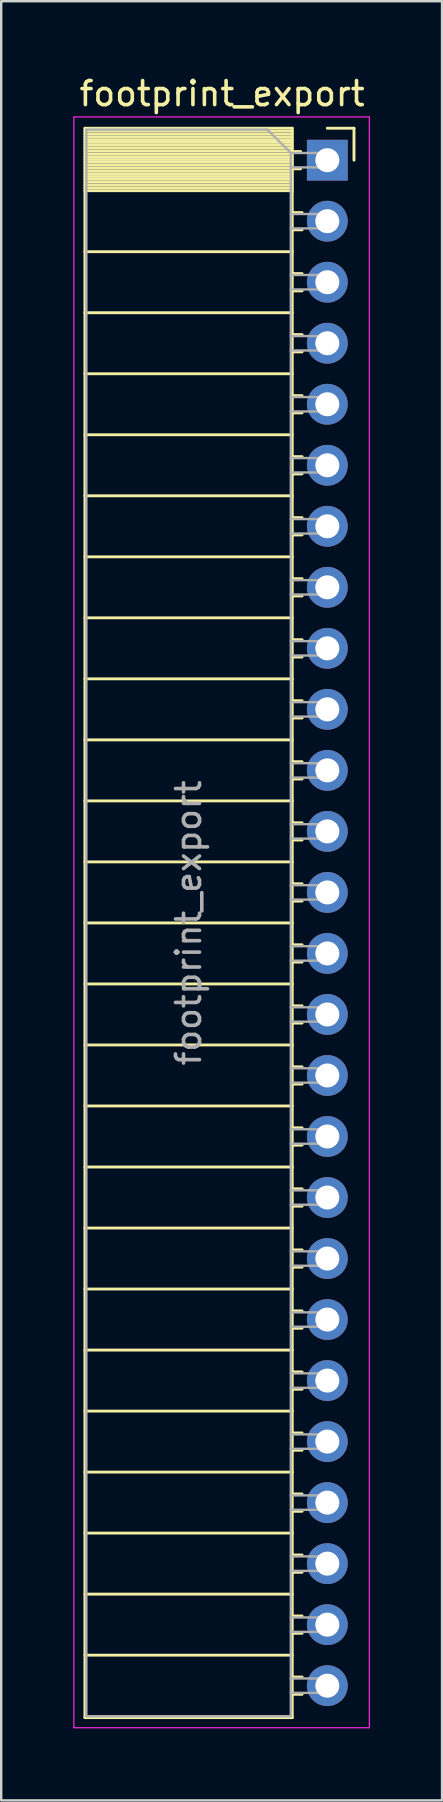
<source format=kicad_pcb>
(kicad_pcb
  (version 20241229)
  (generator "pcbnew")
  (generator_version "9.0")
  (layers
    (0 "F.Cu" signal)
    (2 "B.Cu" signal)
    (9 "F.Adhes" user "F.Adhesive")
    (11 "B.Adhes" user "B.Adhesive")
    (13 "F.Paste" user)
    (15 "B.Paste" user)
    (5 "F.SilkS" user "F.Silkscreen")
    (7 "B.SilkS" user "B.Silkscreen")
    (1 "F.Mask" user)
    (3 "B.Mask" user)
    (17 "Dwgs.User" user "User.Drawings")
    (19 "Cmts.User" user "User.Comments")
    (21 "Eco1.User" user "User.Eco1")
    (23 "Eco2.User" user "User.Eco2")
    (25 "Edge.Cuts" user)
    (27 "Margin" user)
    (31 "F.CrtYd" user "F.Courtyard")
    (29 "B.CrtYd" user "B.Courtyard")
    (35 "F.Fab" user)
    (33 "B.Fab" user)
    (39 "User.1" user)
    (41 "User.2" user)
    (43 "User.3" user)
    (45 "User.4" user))
  (footprint "footprint_export"
    (layer "F.Cu")
    (at 10.575 3.618)
    (property "Reference" "footprint_export" (at -4.38 -2.77 0) (layer "F.SilkS") (effects (font (size 1 1) (thickness 0.15))))
    (attr through_hole)
    (fp_line (start -10.09 -1.33) (end -10.09 64.83) (stroke (width 0.12) (type solid)) (layer "F.SilkS"))
    (fp_line (start -10.09 -1.33) (end -1.46 -1.33) (stroke (width 0.12) (type solid)) (layer "F.SilkS"))
    (fp_line (start -10.09 -1.21) (end -1.46 -1.21) (stroke (width 0.12) (type solid)) (layer "F.SilkS"))
    (fp_line (start -10.09 -1.092) (end -1.46 -1.092) (stroke (width 0.12) (type solid)) (layer "F.SilkS"))
    (fp_line (start -10.09 -0.974) (end -1.46 -0.974) (stroke (width 0.12) (type solid)) (layer "F.SilkS"))
    (fp_line (start -10.09 -0.856) (end -1.46 -0.856) (stroke (width 0.12) (type solid)) (layer "F.SilkS"))
    (fp_line (start -10.09 -0.738) (end -1.46 -0.738) (stroke (width 0.12) (type solid)) (layer "F.SilkS"))
    (fp_line (start -10.09 -0.62) (end -1.46 -0.62) (stroke (width 0.12) (type solid)) (layer "F.SilkS"))
    (fp_line (start -10.09 -0.501) (end -1.46 -0.501) (stroke (width 0.12) (type solid)) (layer "F.SilkS"))
    (fp_line (start -10.09 -0.383) (end -1.46 -0.383) (stroke (width 0.12) (type solid)) (layer "F.SilkS"))
    (fp_line (start -10.09 -0.265) (end -1.46 -0.265) (stroke (width 0.12) (type solid)) (layer "F.SilkS"))
    (fp_line (start -10.09 -0.147) (end -1.46 -0.147) (stroke (width 0.12) (type solid)) (layer "F.SilkS"))
    (fp_line (start -10.09 -0.029) (end -1.46 -0.029) (stroke (width 0.12) (type solid)) (layer "F.SilkS"))
    (fp_line (start -10.09 0.089) (end -1.46 0.089) (stroke (width 0.12) (type solid)) (layer "F.SilkS"))
    (fp_line (start -10.09 0.207) (end -1.46 0.207) (stroke (width 0.12) (type solid)) (layer "F.SilkS"))
    (fp_line (start -10.09 0.325) (end -1.46 0.325) (stroke (width 0.12) (type solid)) (layer "F.SilkS"))
    (fp_line (start -10.09 0.443) (end -1.46 0.443) (stroke (width 0.12) (type solid)) (layer "F.SilkS"))
    (fp_line (start -10.09 0.561) (end -1.46 0.561) (stroke (width 0.12) (type solid)) (layer "F.SilkS"))
    (fp_line (start -10.09 0.68) (end -1.46 0.68) (stroke (width 0.12) (type solid)) (layer "F.SilkS"))
    (fp_line (start -10.09 0.798) (end -1.46 0.798) (stroke (width 0.12) (type solid)) (layer "F.SilkS"))
    (fp_line (start -10.09 0.916) (end -1.46 0.916) (stroke (width 0.12) (type solid)) (layer "F.SilkS"))
    (fp_line (start -10.09 1.034) (end -1.46 1.034) (stroke (width 0.12) (type solid)) (layer "F.SilkS"))
    (fp_line (start -10.09 1.152) (end -1.46 1.152) (stroke (width 0.12) (type solid)) (layer "F.SilkS"))
    (fp_line (start -10.09 1.27) (end -1.46 1.27) (stroke (width 0.12) (type solid)) (layer "F.SilkS"))
    (fp_line (start -10.09 3.81) (end -1.46 3.81) (stroke (width 0.12) (type solid)) (layer "F.SilkS"))
    (fp_line (start -10.09 6.35) (end -1.46 6.35) (stroke (width 0.12) (type solid)) (layer "F.SilkS"))
    (fp_line (start -10.09 8.89) (end -1.46 8.89) (stroke (width 0.12) (type solid)) (layer "F.SilkS"))
    (fp_line (start -10.09 11.43) (end -1.46 11.43) (stroke (width 0.12) (type solid)) (layer "F.SilkS"))
    (fp_line (start -10.09 13.97) (end -1.46 13.97) (stroke (width 0.12) (type solid)) (layer "F.SilkS"))
    (fp_line (start -10.09 16.51) (end -1.46 16.51) (stroke (width 0.12) (type solid)) (layer "F.SilkS"))
    (fp_line (start -10.09 19.05) (end -1.46 19.05) (stroke (width 0.12) (type solid)) (layer "F.SilkS"))
    (fp_line (start -10.09 21.59) (end -1.46 21.59) (stroke (width 0.12) (type solid)) (layer "F.SilkS"))
    (fp_line (start -10.09 24.13) (end -1.46 24.13) (stroke (width 0.12) (type solid)) (layer "F.SilkS"))
    (fp_line (start -10.09 26.67) (end -1.46 26.67) (stroke (width 0.12) (type solid)) (layer "F.SilkS"))
    (fp_line (start -10.09 29.21) (end -1.46 29.21) (stroke (width 0.12) (type solid)) (layer "F.SilkS"))
    (fp_line (start -10.09 31.75) (end -1.46 31.75) (stroke (width 0.12) (type solid)) (layer "F.SilkS"))
    (fp_line (start -10.09 34.29) (end -1.46 34.29) (stroke (width 0.12) (type solid)) (layer "F.SilkS"))
    (fp_line (start -10.09 36.83) (end -1.46 36.83) (stroke (width 0.12) (type solid)) (layer "F.SilkS"))
    (fp_line (start -10.09 39.37) (end -1.46 39.37) (stroke (width 0.12) (type solid)) (layer "F.SilkS"))
    (fp_line (start -10.09 41.91) (end -1.46 41.91) (stroke (width 0.12) (type solid)) (layer "F.SilkS"))
    (fp_line (start -10.09 44.45) (end -1.46 44.45) (stroke (width 0.12) (type solid)) (layer "F.SilkS"))
    (fp_line (start -10.09 46.99) (end -1.46 46.99) (stroke (width 0.12) (type solid)) (layer "F.SilkS"))
    (fp_line (start -10.09 49.53) (end -1.46 49.53) (stroke (width 0.12) (type solid)) (layer "F.SilkS"))
    (fp_line (start -10.09 52.07) (end -1.46 52.07) (stroke (width 0.12) (type solid)) (layer "F.SilkS"))
    (fp_line (start -10.09 54.61) (end -1.46 54.61) (stroke (width 0.12) (type solid)) (layer "F.SilkS"))
    (fp_line (start -10.09 57.15) (end -1.46 57.15) (stroke (width 0.12) (type solid)) (layer "F.SilkS"))
    (fp_line (start -10.09 59.69) (end -1.46 59.69) (stroke (width 0.12) (type solid)) (layer "F.SilkS"))
    (fp_line (start -10.09 62.23) (end -1.46 62.23) (stroke (width 0.12) (type solid)) (layer "F.SilkS"))
    (fp_line (start -10.09 64.83) (end -1.46 64.83) (stroke (width 0.12) (type solid)) (layer "F.SilkS"))
    (fp_line (start -1.46 -1.33) (end -1.46 64.83) (stroke (width 0.12) (type solid)) (layer "F.SilkS"))
    (fp_line (start -1.46 -0.36) (end -1.11 -0.36) (stroke (width 0.12) (type solid)) (layer "F.SilkS"))
    (fp_line (start -1.46 0.36) (end -1.11 0.36) (stroke (width 0.12) (type solid)) (layer "F.SilkS"))
    (fp_line (start -1.46 2.18) (end -1.05 2.18) (stroke (width 0.12) (type solid)) (layer "F.SilkS"))
    (fp_line (start -1.46 2.9) (end -1.05 2.9) (stroke (width 0.12) (type solid)) (layer "F.SilkS"))
    (fp_line (start -1.46 4.72) (end -1.05 4.72) (stroke (width 0.12) (type solid)) (layer "F.SilkS"))
    (fp_line (start -1.46 5.44) (end -1.05 5.44) (stroke (width 0.12) (type solid)) (layer "F.SilkS"))
    (fp_line (start -1.46 7.26) (end -1.05 7.26) (stroke (width 0.12) (type solid)) (layer "F.SilkS"))
    (fp_line (start -1.46 7.98) (end -1.05 7.98) (stroke (width 0.12) (type solid)) (layer "F.SilkS"))
    (fp_line (start -1.46 9.8) (end -1.05 9.8) (stroke (width 0.12) (type solid)) (layer "F.SilkS"))
    (fp_line (start -1.46 10.52) (end -1.05 10.52) (stroke (width 0.12) (type solid)) (layer "F.SilkS"))
    (fp_line (start -1.46 12.34) (end -1.05 12.34) (stroke (width 0.12) (type solid)) (layer "F.SilkS"))
    (fp_line (start -1.46 13.06) (end -1.05 13.06) (stroke (width 0.12) (type solid)) (layer "F.SilkS"))
    (fp_line (start -1.46 14.88) (end -1.05 14.88) (stroke (width 0.12) (type solid)) (layer "F.SilkS"))
    (fp_line (start -1.46 15.6) (end -1.05 15.6) (stroke (width 0.12) (type solid)) (layer "F.SilkS"))
    (fp_line (start -1.46 17.42) (end -1.05 17.42) (stroke (width 0.12) (type solid)) (layer "F.SilkS"))
    (fp_line (start -1.46 18.14) (end -1.05 18.14) (stroke (width 0.12) (type solid)) (layer "F.SilkS"))
    (fp_line (start -1.46 19.96) (end -1.05 19.96) (stroke (width 0.12) (type solid)) (layer "F.SilkS"))
    (fp_line (start -1.46 20.68) (end -1.05 20.68) (stroke (width 0.12) (type solid)) (layer "F.SilkS"))
    (fp_line (start -1.46 22.5) (end -1.05 22.5) (stroke (width 0.12) (type solid)) (layer "F.SilkS"))
    (fp_line (start -1.46 23.22) (end -1.05 23.22) (stroke (width 0.12) (type solid)) (layer "F.SilkS"))
    (fp_line (start -1.46 25.04) (end -1.05 25.04) (stroke (width 0.12) (type solid)) (layer "F.SilkS"))
    (fp_line (start -1.46 25.76) (end -1.05 25.76) (stroke (width 0.12) (type solid)) (layer "F.SilkS"))
    (fp_line (start -1.46 27.58) (end -1.05 27.58) (stroke (width 0.12) (type solid)) (layer "F.SilkS"))
    (fp_line (start -1.46 28.3) (end -1.05 28.3) (stroke (width 0.12) (type solid)) (layer "F.SilkS"))
    (fp_line (start -1.46 30.12) (end -1.05 30.12) (stroke (width 0.12) (type solid)) (layer "F.SilkS"))
    (fp_line (start -1.46 30.84) (end -1.05 30.84) (stroke (width 0.12) (type solid)) (layer "F.SilkS"))
    (fp_line (start -1.46 32.66) (end -1.05 32.66) (stroke (width 0.12) (type solid)) (layer "F.SilkS"))
    (fp_line (start -1.46 33.38) (end -1.05 33.38) (stroke (width 0.12) (type solid)) (layer "F.SilkS"))
    (fp_line (start -1.46 35.2) (end -1.05 35.2) (stroke (width 0.12) (type solid)) (layer "F.SilkS"))
    (fp_line (start -1.46 35.92) (end -1.05 35.92) (stroke (width 0.12) (type solid)) (layer "F.SilkS"))
    (fp_line (start -1.46 37.74) (end -1.05 37.74) (stroke (width 0.12) (type solid)) (layer "F.SilkS"))
    (fp_line (start -1.46 38.46) (end -1.05 38.46) (stroke (width 0.12) (type solid)) (layer "F.SilkS"))
    (fp_line (start -1.46 40.28) (end -1.05 40.28) (stroke (width 0.12) (type solid)) (layer "F.SilkS"))
    (fp_line (start -1.46 41) (end -1.05 41) (stroke (width 0.12) (type solid)) (layer "F.SilkS"))
    (fp_line (start -1.46 42.82) (end -1.05 42.82) (stroke (width 0.12) (type solid)) (layer "F.SilkS"))
    (fp_line (start -1.46 43.54) (end -1.05 43.54) (stroke (width 0.12) (type solid)) (layer "F.SilkS"))
    (fp_line (start -1.46 45.36) (end -1.05 45.36) (stroke (width 0.12) (type solid)) (layer "F.SilkS"))
    (fp_line (start -1.46 46.08) (end -1.05 46.08) (stroke (width 0.12) (type solid)) (layer "F.SilkS"))
    (fp_line (start -1.46 47.9) (end -1.05 47.9) (stroke (width 0.12) (type solid)) (layer "F.SilkS"))
    (fp_line (start -1.46 48.62) (end -1.05 48.62) (stroke (width 0.12) (type solid)) (layer "F.SilkS"))
    (fp_line (start -1.46 50.44) (end -1.05 50.44) (stroke (width 0.12) (type solid)) (layer "F.SilkS"))
    (fp_line (start -1.46 51.16) (end -1.05 51.16) (stroke (width 0.12) (type solid)) (layer "F.SilkS"))
    (fp_line (start -1.46 52.98) (end -1.05 52.98) (stroke (width 0.12) (type solid)) (layer "F.SilkS"))
    (fp_line (start -1.46 53.7) (end -1.05 53.7) (stroke (width 0.12) (type solid)) (layer "F.SilkS"))
    (fp_line (start -1.46 55.52) (end -1.05 55.52) (stroke (width 0.12) (type solid)) (layer "F.SilkS"))
    (fp_line (start -1.46 56.24) (end -1.05 56.24) (stroke (width 0.12) (type solid)) (layer "F.SilkS"))
    (fp_line (start -1.46 58.06) (end -1.05 58.06) (stroke (width 0.12) (type solid)) (layer "F.SilkS"))
    (fp_line (start -1.46 58.78) (end -1.05 58.78) (stroke (width 0.12) (type solid)) (layer "F.SilkS"))
    (fp_line (start -1.46 60.6) (end -1.05 60.6) (stroke (width 0.12) (type solid)) (layer "F.SilkS"))
    (fp_line (start -1.46 61.32) (end -1.05 61.32) (stroke (width 0.12) (type solid)) (layer "F.SilkS"))
    (fp_line (start -1.46 63.14) (end -1.05 63.14) (stroke (width 0.12) (type solid)) (layer "F.SilkS"))
    (fp_line (start -1.46 63.86) (end -1.05 63.86) (stroke (width 0.12) (type solid)) (layer "F.SilkS"))
    (fp_line (start 0 -1.33) (end 1.11 -1.33) (stroke (width 0.12) (type solid)) (layer "F.SilkS"))
    (fp_line (start 1.11 -1.33) (end 1.11 0) (stroke (width 0.12) (type solid)) (layer "F.SilkS"))
    (fp_line (start -10.55 -1.8) (end -10.55 65.25) (stroke (width 0.05) (type solid)) (layer "F.CrtYd"))
    (fp_line (start -10.55 65.25) (end 1.75 65.25) (stroke (width 0.05) (type solid)) (layer "F.CrtYd"))
    (fp_line (start 1.75 -1.8) (end -10.55 -1.8) (stroke (width 0.05) (type solid)) (layer "F.CrtYd"))
    (fp_line (start 1.75 65.25) (end 1.75 -1.8) (stroke (width 0.05) (type solid)) (layer "F.CrtYd"))
    (fp_line (start -10.03 -1.27) (end -2.49 -1.27) (stroke (width 0.1) (type solid)) (layer "F.Fab"))
    (fp_line (start -10.03 64.77) (end -10.03 -1.27) (stroke (width 0.1) (type solid)) (layer "F.Fab"))
    (fp_line (start -2.49 -1.27) (end -1.52 -0.3) (stroke (width 0.1) (type solid)) (layer "F.Fab"))
    (fp_line (start -1.52 -0.3) (end -1.52 64.77) (stroke (width 0.1) (type solid)) (layer "F.Fab"))
    (fp_line (start -1.52 0.3) (end 0 0.3) (stroke (width 0.1) (type solid)) (layer "F.Fab"))
    (fp_line (start -1.52 2.84) (end 0 2.84) (stroke (width 0.1) (type solid)) (layer "F.Fab"))
    (fp_line (start -1.52 5.38) (end 0 5.38) (stroke (width 0.1) (type solid)) (layer "F.Fab"))
    (fp_line (start -1.52 7.92) (end 0 7.92) (stroke (width 0.1) (type solid)) (layer "F.Fab"))
    (fp_line (start -1.52 10.46) (end 0 10.46) (stroke (width 0.1) (type solid)) (layer "F.Fab"))
    (fp_line (start -1.52 13) (end 0 13) (stroke (width 0.1) (type solid)) (layer "F.Fab"))
    (fp_line (start -1.52 15.54) (end 0 15.54) (stroke (width 0.1) (type solid)) (layer "F.Fab"))
    (fp_line (start -1.52 18.08) (end 0 18.08) (stroke (width 0.1) (type solid)) (layer "F.Fab"))
    (fp_line (start -1.52 20.62) (end 0 20.62) (stroke (width 0.1) (type solid)) (layer "F.Fab"))
    (fp_line (start -1.52 23.16) (end 0 23.16) (stroke (width 0.1) (type solid)) (layer "F.Fab"))
    (fp_line (start -1.52 25.7) (end 0 25.7) (stroke (width 0.1) (type solid)) (layer "F.Fab"))
    (fp_line (start -1.52 28.24) (end 0 28.24) (stroke (width 0.1) (type solid)) (layer "F.Fab"))
    (fp_line (start -1.52 30.78) (end 0 30.78) (stroke (width 0.1) (type solid)) (layer "F.Fab"))
    (fp_line (start -1.52 33.32) (end 0 33.32) (stroke (width 0.1) (type solid)) (layer "F.Fab"))
    (fp_line (start -1.52 35.86) (end 0 35.86) (stroke (width 0.1) (type solid)) (layer "F.Fab"))
    (fp_line (start -1.52 38.4) (end 0 38.4) (stroke (width 0.1) (type solid)) (layer "F.Fab"))
    (fp_line (start -1.52 40.94) (end 0 40.94) (stroke (width 0.1) (type solid)) (layer "F.Fab"))
    (fp_line (start -1.52 43.48) (end 0 43.48) (stroke (width 0.1) (type solid)) (layer "F.Fab"))
    (fp_line (start -1.52 46.02) (end 0 46.02) (stroke (width 0.1) (type solid)) (layer "F.Fab"))
    (fp_line (start -1.52 48.56) (end 0 48.56) (stroke (width 0.1) (type solid)) (layer "F.Fab"))
    (fp_line (start -1.52 51.1) (end 0 51.1) (stroke (width 0.1) (type solid)) (layer "F.Fab"))
    (fp_line (start -1.52 53.64) (end 0 53.64) (stroke (width 0.1) (type solid)) (layer "F.Fab"))
    (fp_line (start -1.52 56.18) (end 0 56.18) (stroke (width 0.1) (type solid)) (layer "F.Fab"))
    (fp_line (start -1.52 58.72) (end 0 58.72) (stroke (width 0.1) (type solid)) (layer "F.Fab"))
    (fp_line (start -1.52 61.26) (end 0 61.26) (stroke (width 0.1) (type solid)) (layer "F.Fab"))
    (fp_line (start -1.52 63.8) (end 0 63.8) (stroke (width 0.1) (type solid)) (layer "F.Fab"))
    (fp_line (start -1.52 64.77) (end -10.03 64.77) (stroke (width 0.1) (type solid)) (layer "F.Fab"))
    (fp_line (start 0 -0.3) (end -1.52 -0.3) (stroke (width 0.1) (type solid)) (layer "F.Fab"))
    (fp_line (start 0 0.3) (end 0 -0.3) (stroke (width 0.1) (type solid)) (layer "F.Fab"))
    (fp_line (start 0 2.24) (end -1.52 2.24) (stroke (width 0.1) (type solid)) (layer "F.Fab"))
    (fp_line (start 0 2.84) (end 0 2.24) (stroke (width 0.1) (type solid)) (layer "F.Fab"))
    (fp_line (start 0 4.78) (end -1.52 4.78) (stroke (width 0.1) (type solid)) (layer "F.Fab"))
    (fp_line (start 0 5.38) (end 0 4.78) (stroke (width 0.1) (type solid)) (layer "F.Fab"))
    (fp_line (start 0 7.32) (end -1.52 7.32) (stroke (width 0.1) (type solid)) (layer "F.Fab"))
    (fp_line (start 0 7.92) (end 0 7.32) (stroke (width 0.1) (type solid)) (layer "F.Fab"))
    (fp_line (start 0 9.86) (end -1.52 9.86) (stroke (width 0.1) (type solid)) (layer "F.Fab"))
    (fp_line (start 0 10.46) (end 0 9.86) (stroke (width 0.1) (type solid)) (layer "F.Fab"))
    (fp_line (start 0 12.4) (end -1.52 12.4) (stroke (width 0.1) (type solid)) (layer "F.Fab"))
    (fp_line (start 0 13) (end 0 12.4) (stroke (width 0.1) (type solid)) (layer "F.Fab"))
    (fp_line (start 0 14.94) (end -1.52 14.94) (stroke (width 0.1) (type solid)) (layer "F.Fab"))
    (fp_line (start 0 15.54) (end 0 14.94) (stroke (width 0.1) (type solid)) (layer "F.Fab"))
    (fp_line (start 0 17.48) (end -1.52 17.48) (stroke (width 0.1) (type solid)) (layer "F.Fab"))
    (fp_line (start 0 18.08) (end 0 17.48) (stroke (width 0.1) (type solid)) (layer "F.Fab"))
    (fp_line (start 0 20.02) (end -1.52 20.02) (stroke (width 0.1) (type solid)) (layer "F.Fab"))
    (fp_line (start 0 20.62) (end 0 20.02) (stroke (width 0.1) (type solid)) (layer "F.Fab"))
    (fp_line (start 0 22.56) (end -1.52 22.56) (stroke (width 0.1) (type solid)) (layer "F.Fab"))
    (fp_line (start 0 23.16) (end 0 22.56) (stroke (width 0.1) (type solid)) (layer "F.Fab"))
    (fp_line (start 0 25.1) (end -1.52 25.1) (stroke (width 0.1) (type solid)) (layer "F.Fab"))
    (fp_line (start 0 25.7) (end 0 25.1) (stroke (width 0.1) (type solid)) (layer "F.Fab"))
    (fp_line (start 0 27.64) (end -1.52 27.64) (stroke (width 0.1) (type solid)) (layer "F.Fab"))
    (fp_line (start 0 28.24) (end 0 27.64) (stroke (width 0.1) (type solid)) (layer "F.Fab"))
    (fp_line (start 0 30.18) (end -1.52 30.18) (stroke (width 0.1) (type solid)) (layer "F.Fab"))
    (fp_line (start 0 30.78) (end 0 30.18) (stroke (width 0.1) (type solid)) (layer "F.Fab"))
    (fp_line (start 0 32.72) (end -1.52 32.72) (stroke (width 0.1) (type solid)) (layer "F.Fab"))
    (fp_line (start 0 33.32) (end 0 32.72) (stroke (width 0.1) (type solid)) (layer "F.Fab"))
    (fp_line (start 0 35.26) (end -1.52 35.26) (stroke (width 0.1) (type solid)) (layer "F.Fab"))
    (fp_line (start 0 35.86) (end 0 35.26) (stroke (width 0.1) (type solid)) (layer "F.Fab"))
    (fp_line (start 0 37.8) (end -1.52 37.8) (stroke (width 0.1) (type solid)) (layer "F.Fab"))
    (fp_line (start 0 38.4) (end 0 37.8) (stroke (width 0.1) (type solid)) (layer "F.Fab"))
    (fp_line (start 0 40.34) (end -1.52 40.34) (stroke (width 0.1) (type solid)) (layer "F.Fab"))
    (fp_line (start 0 40.94) (end 0 40.34) (stroke (width 0.1) (type solid)) (layer "F.Fab"))
    (fp_line (start 0 42.88) (end -1.52 42.88) (stroke (width 0.1) (type solid)) (layer "F.Fab"))
    (fp_line (start 0 43.48) (end 0 42.88) (stroke (width 0.1) (type solid)) (layer "F.Fab"))
    (fp_line (start 0 45.42) (end -1.52 45.42) (stroke (width 0.1) (type solid)) (layer "F.Fab"))
    (fp_line (start 0 46.02) (end 0 45.42) (stroke (width 0.1) (type solid)) (layer "F.Fab"))
    (fp_line (start 0 47.96) (end -1.52 47.96) (stroke (width 0.1) (type solid)) (layer "F.Fab"))
    (fp_line (start 0 48.56) (end 0 47.96) (stroke (width 0.1) (type solid)) (layer "F.Fab"))
    (fp_line (start 0 50.5) (end -1.52 50.5) (stroke (width 0.1) (type solid)) (layer "F.Fab"))
    (fp_line (start 0 51.1) (end 0 50.5) (stroke (width 0.1) (type solid)) (layer "F.Fab"))
    (fp_line (start 0 53.04) (end -1.52 53.04) (stroke (width 0.1) (type solid)) (layer "F.Fab"))
    (fp_line (start 0 53.64) (end 0 53.04) (stroke (width 0.1) (type solid)) (layer "F.Fab"))
    (fp_line (start 0 55.58) (end -1.52 55.58) (stroke (width 0.1) (type solid)) (layer "F.Fab"))
    (fp_line (start 0 56.18) (end 0 55.58) (stroke (width 0.1) (type solid)) (layer "F.Fab"))
    (fp_line (start 0 58.12) (end -1.52 58.12) (stroke (width 0.1) (type solid)) (layer "F.Fab"))
    (fp_line (start 0 58.72) (end 0 58.12) (stroke (width 0.1) (type solid)) (layer "F.Fab"))
    (fp_line (start 0 60.66) (end -1.52 60.66) (stroke (width 0.1) (type solid)) (layer "F.Fab"))
    (fp_line (start 0 61.26) (end 0 60.66) (stroke (width 0.1) (type solid)) (layer "F.Fab"))
    (fp_line (start 0 63.2) (end -1.52 63.2) (stroke (width 0.1) (type solid)) (layer "F.Fab"))
    (fp_line (start 0 63.8) (end 0 63.2) (stroke (width 0.1) (type solid)) (layer "F.Fab"))
    (fp_text user "${REFERENCE}" (at -5.775 31.75 90) (layer "F.Fab") (effects (font (size 1 1) (thickness 0.15))))
    (pad "1" thru_hole rect (at 0 0) (size 1.7 1.7) (drill 1) (layers "*.Cu" "*.Mask"))
    (pad "2" thru_hole oval (at 0 2.54) (size 1.7 1.7) (drill 1) (layers "*.Cu" "*.Mask"))
    (pad "3" thru_hole oval (at 0 5.08) (size 1.7 1.7) (drill 1) (layers "*.Cu" "*.Mask"))
    (pad "4" thru_hole oval (at 0 7.62) (size 1.7 1.7) (drill 1) (layers "*.Cu" "*.Mask"))
    (pad "5" thru_hole oval (at 0 10.16) (size 1.7 1.7) (drill 1) (layers "*.Cu" "*.Mask"))
    (pad "6" thru_hole oval (at 0 12.7) (size 1.7 1.7) (drill 1) (layers "*.Cu" "*.Mask"))
    (pad "7" thru_hole oval (at 0 15.24) (size 1.7 1.7) (drill 1) (layers "*.Cu" "*.Mask"))
    (pad "8" thru_hole oval (at 0 17.78) (size 1.7 1.7) (drill 1) (layers "*.Cu" "*.Mask"))
    (pad "9" thru_hole oval (at 0 20.32) (size 1.7 1.7) (drill 1) (layers "*.Cu" "*.Mask"))
    (pad "10" thru_hole oval (at 0 22.86) (size 1.7 1.7) (drill 1) (layers "*.Cu" "*.Mask"))
    (pad "11" thru_hole oval (at 0 25.4) (size 1.7 1.7) (drill 1) (layers "*.Cu" "*.Mask"))
    (pad "12" thru_hole oval (at 0 27.94) (size 1.7 1.7) (drill 1) (layers "*.Cu" "*.Mask"))
    (pad "13" thru_hole oval (at 0 30.48) (size 1.7 1.7) (drill 1) (layers "*.Cu" "*.Mask"))
    (pad "14" thru_hole oval (at 0 33.02) (size 1.7 1.7) (drill 1) (layers "*.Cu" "*.Mask"))
    (pad "15" thru_hole oval (at 0 35.56) (size 1.7 1.7) (drill 1) (layers "*.Cu" "*.Mask"))
    (pad "16" thru_hole oval (at 0 38.1) (size 1.7 1.7) (drill 1) (layers "*.Cu" "*.Mask"))
    (pad "17" thru_hole oval (at 0 40.64) (size 1.7 1.7) (drill 1) (layers "*.Cu" "*.Mask"))
    (pad "18" thru_hole oval (at 0 43.18) (size 1.7 1.7) (drill 1) (layers "*.Cu" "*.Mask"))
    (pad "19" thru_hole oval (at 0 45.72) (size 1.7 1.7) (drill 1) (layers "*.Cu" "*.Mask"))
    (pad "20" thru_hole oval (at 0 48.26) (size 1.7 1.7) (drill 1) (layers "*.Cu" "*.Mask"))
    (pad "21" thru_hole oval (at 0 50.8) (size 1.7 1.7) (drill 1) (layers "*.Cu" "*.Mask"))
    (pad "22" thru_hole oval (at 0 53.34) (size 1.7 1.7) (drill 1) (layers "*.Cu" "*.Mask"))
    (pad "23" thru_hole oval (at 0 55.88) (size 1.7 1.7) (drill 1) (layers "*.Cu" "*.Mask"))
    (pad "24" thru_hole oval (at 0 58.42) (size 1.7 1.7) (drill 1) (layers "*.Cu" "*.Mask"))
    (pad "25" thru_hole oval (at 0 60.96) (size 1.7 1.7) (drill 1) (layers "*.Cu" "*.Mask"))
    (pad "26" thru_hole oval (at 0 63.5) (size 1.7 1.7) (drill 1) (layers "*.Cu" "*.Mask")))
  (gr_rect
    (start -3 -3)
    (end 15.35 71.893)
    (stroke (width 0.1) (type default))
    (fill no)
    (layer "Edge.Cuts")))
</source>
